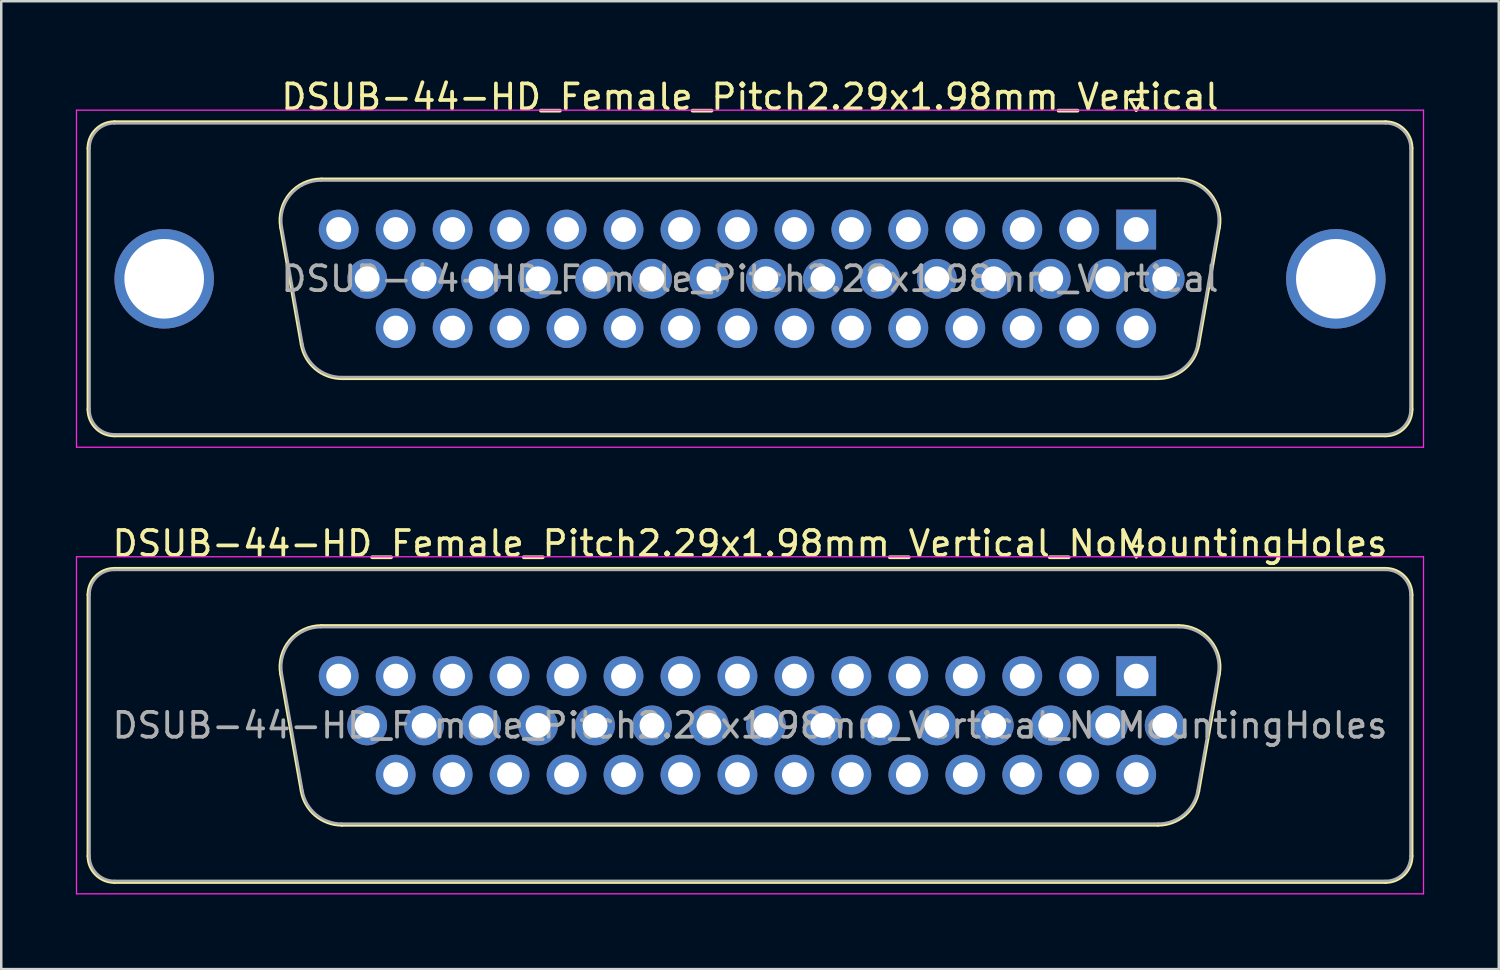
<source format=kicad_pcb>
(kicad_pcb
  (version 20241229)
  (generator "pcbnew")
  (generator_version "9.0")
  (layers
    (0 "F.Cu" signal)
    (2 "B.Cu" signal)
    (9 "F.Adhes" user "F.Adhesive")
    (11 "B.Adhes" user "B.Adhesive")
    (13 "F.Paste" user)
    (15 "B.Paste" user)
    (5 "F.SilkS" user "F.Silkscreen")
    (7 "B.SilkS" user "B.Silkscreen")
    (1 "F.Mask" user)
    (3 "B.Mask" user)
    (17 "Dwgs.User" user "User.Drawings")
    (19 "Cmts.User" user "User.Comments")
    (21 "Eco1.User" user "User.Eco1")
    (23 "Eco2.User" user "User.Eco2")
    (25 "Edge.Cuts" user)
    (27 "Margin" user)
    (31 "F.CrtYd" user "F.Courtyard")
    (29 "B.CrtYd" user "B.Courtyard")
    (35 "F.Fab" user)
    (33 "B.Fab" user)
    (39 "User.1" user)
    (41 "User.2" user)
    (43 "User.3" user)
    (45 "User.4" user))
  (footprint "DSUB-44-HD_Female_Pitch2.29x1.98mm_Vertical_NoMountingHoles"
    (layer "F.Cu")
    (at 42.625 24.131)
    (property "Reference" "DSUB-44-HD_Female_Pitch2.29x1.98mm_Vertical_NoMountingHoles" (at -15.525 -5.33 0) (layer "F.SilkS") (effects (font (size 1 1) (thickness 0.15))))
    (attr through_hole)
    (fp_line (start -42.135 7.23) (end -42.135 -3.27) (stroke (width 0.12) (type solid)) (layer "F.SilkS"))
    (fp_line (start -41.075 -4.33) (end 10.025 -4.33) (stroke (width 0.12) (type solid)) (layer "F.SilkS"))
    (fp_line (start -34.391 -0.082) (end -33.563 4.618) (stroke (width 0.12) (type solid)) (layer "F.SilkS"))
    (fp_line (start -32.757 -2.03) (end 1.707 -2.03) (stroke (width 0.12) (type solid)) (layer "F.SilkS"))
    (fp_line (start -31.928 5.99) (end 0.878 5.99) (stroke (width 0.12) (type solid)) (layer "F.SilkS"))
    (fp_line (start -0.25 -5.224) (end 0.25 -5.224) (stroke (width 0.12) (type solid)) (layer "F.SilkS"))
    (fp_line (start 0 -4.791) (end -0.25 -5.224) (stroke (width 0.12) (type solid)) (layer "F.SilkS"))
    (fp_line (start 0.25 -5.224) (end 0 -4.791) (stroke (width 0.12) (type solid)) (layer "F.SilkS"))
    (fp_line (start 3.341 -0.082) (end 2.513 4.618) (stroke (width 0.12) (type solid)) (layer "F.SilkS"))
    (fp_line (start 10.025 8.29) (end -41.075 8.29) (stroke (width 0.12) (type solid)) (layer "F.SilkS"))
    (fp_line (start 11.085 -3.27) (end 11.085 7.23) (stroke (width 0.12) (type solid)) (layer "F.SilkS"))
    (fp_arc (start -42.135 -3.27) (mid -41.824533 -4.019533) (end -41.075 -4.33) (stroke (width 0.12) (type solid)) (layer "F.SilkS"))
    (fp_arc (start -41.075 8.29) (mid -41.824533 7.979533) (end -42.135 7.23) (stroke (width 0.12) (type solid)) (layer "F.SilkS"))
    (fp_arc (start -34.39147 -0.081744) (mid -34.028323 -1.437028) (end -32.756689 -2.03) (stroke (width 0.12) (type solid)) (layer "F.SilkS"))
    (fp_arc (start -31.927952 5.99) (mid -32.994979 5.601634) (end -33.562733 4.618256) (stroke (width 0.12) (type solid)) (layer "F.SilkS"))
    (fp_arc (start 1.706689 -2.03) (mid 2.978323 -1.437027) (end 3.34147 -0.081744) (stroke (width 0.12) (type solid)) (layer "F.SilkS"))
    (fp_arc (start 2.512733 4.618256) (mid 1.94498 5.601634) (end 0.877952 5.99) (stroke (width 0.12) (type solid)) (layer "F.SilkS"))
    (fp_arc (start 10.025 -4.33) (mid 10.774533 -4.019533) (end 11.085 -3.27) (stroke (width 0.12) (type solid)) (layer "F.SilkS"))
    (fp_arc (start 11.085 7.23) (mid 10.774533 7.979533) (end 10.025 8.29) (stroke (width 0.12) (type solid)) (layer "F.SilkS"))
    (fp_line (start -42.6 -4.8) (end -42.6 8.75) (stroke (width 0.05) (type solid)) (layer "F.CrtYd"))
    (fp_line (start -42.6 8.75) (end 11.55 8.75) (stroke (width 0.05) (type solid)) (layer "F.CrtYd"))
    (fp_line (start 11.55 -4.8) (end -42.6 -4.8) (stroke (width 0.05) (type solid)) (layer "F.CrtYd"))
    (fp_line (start 11.55 8.75) (end 11.55 -4.8) (stroke (width 0.05) (type solid)) (layer "F.CrtYd"))
    (fp_line (start -42.075 7.23) (end -42.075 -3.27) (stroke (width 0.1) (type solid)) (layer "F.Fab"))
    (fp_line (start -41.075 -4.27) (end 10.025 -4.27) (stroke (width 0.1) (type solid)) (layer "F.Fab"))
    (fp_line (start -34.344 -0.092) (end -33.515 4.608) (stroke (width 0.1) (type solid)) (layer "F.Fab"))
    (fp_line (start -32.768 -1.97) (end 1.718 -1.97) (stroke (width 0.1) (type solid)) (layer "F.Fab"))
    (fp_line (start -31.939 5.93) (end 0.889 5.93) (stroke (width 0.1) (type solid)) (layer "F.Fab"))
    (fp_line (start 3.294 -0.092) (end 2.465 4.608) (stroke (width 0.1) (type solid)) (layer "F.Fab"))
    (fp_line (start 10.025 8.23) (end -41.075 8.23) (stroke (width 0.1) (type solid)) (layer "F.Fab"))
    (fp_line (start 11.025 -3.27) (end 11.025 7.23) (stroke (width 0.1) (type solid)) (layer "F.Fab"))
    (fp_arc (start -42.075 -3.27) (mid -41.782107 -3.977107) (end -41.075 -4.27) (stroke (width 0.1) (type solid)) (layer "F.Fab"))
    (fp_arc (start -41.075 8.23) (mid -41.782107 7.937107) (end -42.075 7.23) (stroke (width 0.1) (type solid)) (layer "F.Fab"))
    (fp_arc (start -34.343886 -0.092163) (mid -33.993865 -1.39846) (end -32.768194 -1.97) (stroke (width 0.1) (type solid)) (layer "F.Fab"))
    (fp_arc (start -31.939457 5.93) (mid -32.967917 5.555671) (end -33.515149 4.607837) (stroke (width 0.1) (type solid)) (layer "F.Fab"))
    (fp_arc (start 1.718194 -1.97) (mid 2.943865 -1.39846) (end 3.293886 -0.092163) (stroke (width 0.1) (type solid)) (layer "F.Fab"))
    (fp_arc (start 2.465149 4.607837) (mid 1.917917 5.555671) (end 0.889457 5.93) (stroke (width 0.1) (type solid)) (layer "F.Fab"))
    (fp_arc (start 10.025 -4.27) (mid 10.732107 -3.977107) (end 11.025 -3.27) (stroke (width 0.1) (type solid)) (layer "F.Fab"))
    (fp_arc (start 11.025 7.23) (mid 10.732107 7.937107) (end 10.025 8.23) (stroke (width 0.1) (type solid)) (layer "F.Fab"))
    (fp_text user "${REFERENCE}" (at -15.525 1.98 0) (layer "F.Fab") (effects (font (size 1 1) (thickness 0.15))))
    (pad "1" thru_hole rect (at 0 0) (size 1.6 1.6) (drill 1) (layers "*.Cu" "*.Mask"))
    (pad "2" thru_hole circle (at -2.29 0) (size 1.6 1.6) (drill 1) (layers "*.Cu" "*.Mask"))
    (pad "3" thru_hole circle (at -4.58 0) (size 1.6 1.6) (drill 1) (layers "*.Cu" "*.Mask"))
    (pad "4" thru_hole circle (at -6.87 0) (size 1.6 1.6) (drill 1) (layers "*.Cu" "*.Mask"))
    (pad "5" thru_hole circle (at -9.16 0) (size 1.6 1.6) (drill 1) (layers "*.Cu" "*.Mask"))
    (pad "6" thru_hole circle (at -11.45 0) (size 1.6 1.6) (drill 1) (layers "*.Cu" "*.Mask"))
    (pad "7" thru_hole circle (at -13.74 0) (size 1.6 1.6) (drill 1) (layers "*.Cu" "*.Mask"))
    (pad "8" thru_hole circle (at -16.03 0) (size 1.6 1.6) (drill 1) (layers "*.Cu" "*.Mask"))
    (pad "9" thru_hole circle (at -18.32 0) (size 1.6 1.6) (drill 1) (layers "*.Cu" "*.Mask"))
    (pad "10" thru_hole circle (at -20.61 0) (size 1.6 1.6) (drill 1) (layers "*.Cu" "*.Mask"))
    (pad "11" thru_hole circle (at -22.9 0) (size 1.6 1.6) (drill 1) (layers "*.Cu" "*.Mask"))
    (pad "12" thru_hole circle (at -25.19 0) (size 1.6 1.6) (drill 1) (layers "*.Cu" "*.Mask"))
    (pad "13" thru_hole circle (at -27.48 0) (size 1.6 1.6) (drill 1) (layers "*.Cu" "*.Mask"))
    (pad "14" thru_hole circle (at -29.77 0) (size 1.6 1.6) (drill 1) (layers "*.Cu" "*.Mask"))
    (pad "15" thru_hole circle (at -32.06 0) (size 1.6 1.6) (drill 1) (layers "*.Cu" "*.Mask"))
    (pad "16" thru_hole circle (at 1.145 1.98) (size 1.6 1.6) (drill 1) (layers "*.Cu" "*.Mask"))
    (pad "17" thru_hole circle (at -1.145 1.98) (size 1.6 1.6) (drill 1) (layers "*.Cu" "*.Mask"))
    (pad "18" thru_hole circle (at -3.435 1.98) (size 1.6 1.6) (drill 1) (layers "*.Cu" "*.Mask"))
    (pad "19" thru_hole circle (at -5.725 1.98) (size 1.6 1.6) (drill 1) (layers "*.Cu" "*.Mask"))
    (pad "20" thru_hole circle (at -8.015 1.98) (size 1.6 1.6) (drill 1) (layers "*.Cu" "*.Mask"))
    (pad "21" thru_hole circle (at -10.305 1.98) (size 1.6 1.6) (drill 1) (layers "*.Cu" "*.Mask"))
    (pad "22" thru_hole circle (at -12.595 1.98) (size 1.6 1.6) (drill 1) (layers "*.Cu" "*.Mask"))
    (pad "23" thru_hole circle (at -14.885 1.98) (size 1.6 1.6) (drill 1) (layers "*.Cu" "*.Mask"))
    (pad "24" thru_hole circle (at -17.175 1.98) (size 1.6 1.6) (drill 1) (layers "*.Cu" "*.Mask"))
    (pad "25" thru_hole circle (at -19.465 1.98) (size 1.6 1.6) (drill 1) (layers "*.Cu" "*.Mask"))
    (pad "26" thru_hole circle (at -21.755 1.98) (size 1.6 1.6) (drill 1) (layers "*.Cu" "*.Mask"))
    (pad "27" thru_hole circle (at -24.045 1.98) (size 1.6 1.6) (drill 1) (layers "*.Cu" "*.Mask"))
    (pad "28" thru_hole circle (at -26.335 1.98) (size 1.6 1.6) (drill 1) (layers "*.Cu" "*.Mask"))
    (pad "29" thru_hole circle (at -28.625 1.98) (size 1.6 1.6) (drill 1) (layers "*.Cu" "*.Mask"))
    (pad "30" thru_hole circle (at -30.915 1.98) (size 1.6 1.6) (drill 1) (layers "*.Cu" "*.Mask"))
    (pad "31" thru_hole circle (at 0 3.96) (size 1.6 1.6) (drill 1) (layers "*.Cu" "*.Mask"))
    (pad "32" thru_hole circle (at -2.29 3.96) (size 1.6 1.6) (drill 1) (layers "*.Cu" "*.Mask"))
    (pad "33" thru_hole circle (at -4.58 3.96) (size 1.6 1.6) (drill 1) (layers "*.Cu" "*.Mask"))
    (pad "34" thru_hole circle (at -6.87 3.96) (size 1.6 1.6) (drill 1) (layers "*.Cu" "*.Mask"))
    (pad "35" thru_hole circle (at -9.16 3.96) (size 1.6 1.6) (drill 1) (layers "*.Cu" "*.Mask"))
    (pad "36" thru_hole circle (at -11.45 3.96) (size 1.6 1.6) (drill 1) (layers "*.Cu" "*.Mask"))
    (pad "37" thru_hole circle (at -13.74 3.96) (size 1.6 1.6) (drill 1) (layers "*.Cu" "*.Mask"))
    (pad "38" thru_hole circle (at -16.03 3.96) (size 1.6 1.6) (drill 1) (layers "*.Cu" "*.Mask"))
    (pad "39" thru_hole circle (at -18.32 3.96) (size 1.6 1.6) (drill 1) (layers "*.Cu" "*.Mask"))
    (pad "40" thru_hole circle (at -20.61 3.96) (size 1.6 1.6) (drill 1) (layers "*.Cu" "*.Mask"))
    (pad "41" thru_hole circle (at -22.9 3.96) (size 1.6 1.6) (drill 1) (layers "*.Cu" "*.Mask"))
    (pad "42" thru_hole circle (at -25.19 3.96) (size 1.6 1.6) (drill 1) (layers "*.Cu" "*.Mask"))
    (pad "43" thru_hole circle (at -27.48 3.96) (size 1.6 1.6) (drill 1) (layers "*.Cu" "*.Mask"))
    (pad "44" thru_hole circle (at -29.77 3.96) (size 1.6 1.6) (drill 1) (layers "*.Cu" "*.Mask")))
  (footprint "DSUB-44-HD_Female_Pitch2.29x1.98mm_Vertical"
    (layer "F.Cu")
    (at 42.625 6.178)
    (property "Reference" "DSUB-44-HD_Female_Pitch2.29x1.98mm_Vertical" (at -15.525 -5.33 0) (layer "F.SilkS") (effects (font (size 1 1) (thickness 0.15))))
    (attr through_hole)
    (fp_line (start -42.135 7.23) (end -42.135 -3.27) (stroke (width 0.12) (type solid)) (layer "F.SilkS"))
    (fp_line (start -41.075 -4.33) (end 10.025 -4.33) (stroke (width 0.12) (type solid)) (layer "F.SilkS"))
    (fp_line (start -34.391 -0.082) (end -33.563 4.618) (stroke (width 0.12) (type solid)) (layer "F.SilkS"))
    (fp_line (start -32.757 -2.03) (end 1.707 -2.03) (stroke (width 0.12) (type solid)) (layer "F.SilkS"))
    (fp_line (start -31.928 5.99) (end 0.878 5.99) (stroke (width 0.12) (type solid)) (layer "F.SilkS"))
    (fp_line (start -0.25 -5.224) (end 0.25 -5.224) (stroke (width 0.12) (type solid)) (layer "F.SilkS"))
    (fp_line (start 0 -4.791) (end -0.25 -5.224) (stroke (width 0.12) (type solid)) (layer "F.SilkS"))
    (fp_line (start 0.25 -5.224) (end 0 -4.791) (stroke (width 0.12) (type solid)) (layer "F.SilkS"))
    (fp_line (start 3.341 -0.082) (end 2.513 4.618) (stroke (width 0.12) (type solid)) (layer "F.SilkS"))
    (fp_line (start 10.025 8.29) (end -41.075 8.29) (stroke (width 0.12) (type solid)) (layer "F.SilkS"))
    (fp_line (start 11.085 -3.27) (end 11.085 7.23) (stroke (width 0.12) (type solid)) (layer "F.SilkS"))
    (fp_arc (start -42.135 -3.27) (mid -41.824533 -4.019533) (end -41.075 -4.33) (stroke (width 0.12) (type solid)) (layer "F.SilkS"))
    (fp_arc (start -41.075 8.29) (mid -41.824533 7.979533) (end -42.135 7.23) (stroke (width 0.12) (type solid)) (layer "F.SilkS"))
    (fp_arc (start -34.39147 -0.081744) (mid -34.028323 -1.437028) (end -32.756689 -2.03) (stroke (width 0.12) (type solid)) (layer "F.SilkS"))
    (fp_arc (start -31.927952 5.99) (mid -32.994979 5.601634) (end -33.562733 4.618256) (stroke (width 0.12) (type solid)) (layer "F.SilkS"))
    (fp_arc (start 1.706689 -2.03) (mid 2.978323 -1.437027) (end 3.34147 -0.081744) (stroke (width 0.12) (type solid)) (layer "F.SilkS"))
    (fp_arc (start 2.512733 4.618256) (mid 1.94498 5.601634) (end 0.877952 5.99) (stroke (width 0.12) (type solid)) (layer "F.SilkS"))
    (fp_arc (start 10.025 -4.33) (mid 10.774533 -4.019533) (end 11.085 -3.27) (stroke (width 0.12) (type solid)) (layer "F.SilkS"))
    (fp_arc (start 11.085 7.23) (mid 10.774533 7.979533) (end 10.025 8.29) (stroke (width 0.12) (type solid)) (layer "F.SilkS"))
    (fp_line (start -42.6 -4.8) (end -42.6 8.75) (stroke (width 0.05) (type solid)) (layer "F.CrtYd"))
    (fp_line (start -42.6 8.75) (end 11.55 8.75) (stroke (width 0.05) (type solid)) (layer "F.CrtYd"))
    (fp_line (start 11.55 -4.8) (end -42.6 -4.8) (stroke (width 0.05) (type solid)) (layer "F.CrtYd"))
    (fp_line (start 11.55 8.75) (end 11.55 -4.8) (stroke (width 0.05) (type solid)) (layer "F.CrtYd"))
    (fp_line (start -42.075 7.23) (end -42.075 -3.27) (stroke (width 0.1) (type solid)) (layer "F.Fab"))
    (fp_line (start -41.075 -4.27) (end 10.025 -4.27) (stroke (width 0.1) (type solid)) (layer "F.Fab"))
    (fp_line (start -34.344 -0.092) (end -33.515 4.608) (stroke (width 0.1) (type solid)) (layer "F.Fab"))
    (fp_line (start -32.768 -1.97) (end 1.718 -1.97) (stroke (width 0.1) (type solid)) (layer "F.Fab"))
    (fp_line (start -31.939 5.93) (end 0.889 5.93) (stroke (width 0.1) (type solid)) (layer "F.Fab"))
    (fp_line (start 3.294 -0.092) (end 2.465 4.608) (stroke (width 0.1) (type solid)) (layer "F.Fab"))
    (fp_line (start 10.025 8.23) (end -41.075 8.23) (stroke (width 0.1) (type solid)) (layer "F.Fab"))
    (fp_line (start 11.025 -3.27) (end 11.025 7.23) (stroke (width 0.1) (type solid)) (layer "F.Fab"))
    (fp_arc (start -42.075 -3.27) (mid -41.782107 -3.977107) (end -41.075 -4.27) (stroke (width 0.1) (type solid)) (layer "F.Fab"))
    (fp_arc (start -41.075 8.23) (mid -41.782107 7.937107) (end -42.075 7.23) (stroke (width 0.1) (type solid)) (layer "F.Fab"))
    (fp_arc (start -34.343886 -0.092163) (mid -33.993865 -1.39846) (end -32.768194 -1.97) (stroke (width 0.1) (type solid)) (layer "F.Fab"))
    (fp_arc (start -31.939457 5.93) (mid -32.967917 5.555671) (end -33.515149 4.607837) (stroke (width 0.1) (type solid)) (layer "F.Fab"))
    (fp_arc (start 1.718194 -1.97) (mid 2.943865 -1.39846) (end 3.293886 -0.092163) (stroke (width 0.1) (type solid)) (layer "F.Fab"))
    (fp_arc (start 2.465149 4.607837) (mid 1.917917 5.555671) (end 0.889457 5.93) (stroke (width 0.1) (type solid)) (layer "F.Fab"))
    (fp_arc (start 10.025 -4.27) (mid 10.732107 -3.977107) (end 11.025 -3.27) (stroke (width 0.1) (type solid)) (layer "F.Fab"))
    (fp_arc (start 11.025 7.23) (mid 10.732107 7.937107) (end 10.025 8.23) (stroke (width 0.1) (type solid)) (layer "F.Fab"))
    (fp_text user "${REFERENCE}" (at -15.525 1.98 0) (layer "F.Fab") (effects (font (size 1 1) (thickness 0.15))))
    (pad "0" thru_hole circle (at -39.075 1.98) (size 4 4) (drill 3.2) (layers "*.Cu" "*.Mask"))
    (pad "0" thru_hole circle (at 8.025 1.98) (size 4 4) (drill 3.2) (layers "*.Cu" "*.Mask"))
    (pad "1" thru_hole rect (at 0 0) (size 1.6 1.6) (drill 1) (layers "*.Cu" "*.Mask"))
    (pad "2" thru_hole circle (at -2.29 0) (size 1.6 1.6) (drill 1) (layers "*.Cu" "*.Mask"))
    (pad "3" thru_hole circle (at -4.58 0) (size 1.6 1.6) (drill 1) (layers "*.Cu" "*.Mask"))
    (pad "4" thru_hole circle (at -6.87 0) (size 1.6 1.6) (drill 1) (layers "*.Cu" "*.Mask"))
    (pad "5" thru_hole circle (at -9.16 0) (size 1.6 1.6) (drill 1) (layers "*.Cu" "*.Mask"))
    (pad "6" thru_hole circle (at -11.45 0) (size 1.6 1.6) (drill 1) (layers "*.Cu" "*.Mask"))
    (pad "7" thru_hole circle (at -13.74 0) (size 1.6 1.6) (drill 1) (layers "*.Cu" "*.Mask"))
    (pad "8" thru_hole circle (at -16.03 0) (size 1.6 1.6) (drill 1) (layers "*.Cu" "*.Mask"))
    (pad "9" thru_hole circle (at -18.32 0) (size 1.6 1.6) (drill 1) (layers "*.Cu" "*.Mask"))
    (pad "10" thru_hole circle (at -20.61 0) (size 1.6 1.6) (drill 1) (layers "*.Cu" "*.Mask"))
    (pad "11" thru_hole circle (at -22.9 0) (size 1.6 1.6) (drill 1) (layers "*.Cu" "*.Mask"))
    (pad "12" thru_hole circle (at -25.19 0) (size 1.6 1.6) (drill 1) (layers "*.Cu" "*.Mask"))
    (pad "13" thru_hole circle (at -27.48 0) (size 1.6 1.6) (drill 1) (layers "*.Cu" "*.Mask"))
    (pad "14" thru_hole circle (at -29.77 0) (size 1.6 1.6) (drill 1) (layers "*.Cu" "*.Mask"))
    (pad "15" thru_hole circle (at -32.06 0) (size 1.6 1.6) (drill 1) (layers "*.Cu" "*.Mask"))
    (pad "16" thru_hole circle (at 1.145 1.98) (size 1.6 1.6) (drill 1) (layers "*.Cu" "*.Mask"))
    (pad "17" thru_hole circle (at -1.145 1.98) (size 1.6 1.6) (drill 1) (layers "*.Cu" "*.Mask"))
    (pad "18" thru_hole circle (at -3.435 1.98) (size 1.6 1.6) (drill 1) (layers "*.Cu" "*.Mask"))
    (pad "19" thru_hole circle (at -5.725 1.98) (size 1.6 1.6) (drill 1) (layers "*.Cu" "*.Mask"))
    (pad "20" thru_hole circle (at -8.015 1.98) (size 1.6 1.6) (drill 1) (layers "*.Cu" "*.Mask"))
    (pad "21" thru_hole circle (at -10.305 1.98) (size 1.6 1.6) (drill 1) (layers "*.Cu" "*.Mask"))
    (pad "22" thru_hole circle (at -12.595 1.98) (size 1.6 1.6) (drill 1) (layers "*.Cu" "*.Mask"))
    (pad "23" thru_hole circle (at -14.885 1.98) (size 1.6 1.6) (drill 1) (layers "*.Cu" "*.Mask"))
    (pad "24" thru_hole circle (at -17.175 1.98) (size 1.6 1.6) (drill 1) (layers "*.Cu" "*.Mask"))
    (pad "25" thru_hole circle (at -19.465 1.98) (size 1.6 1.6) (drill 1) (layers "*.Cu" "*.Mask"))
    (pad "26" thru_hole circle (at -21.755 1.98) (size 1.6 1.6) (drill 1) (layers "*.Cu" "*.Mask"))
    (pad "27" thru_hole circle (at -24.045 1.98) (size 1.6 1.6) (drill 1) (layers "*.Cu" "*.Mask"))
    (pad "28" thru_hole circle (at -26.335 1.98) (size 1.6 1.6) (drill 1) (layers "*.Cu" "*.Mask"))
    (pad "29" thru_hole circle (at -28.625 1.98) (size 1.6 1.6) (drill 1) (layers "*.Cu" "*.Mask"))
    (pad "30" thru_hole circle (at -30.915 1.98) (size 1.6 1.6) (drill 1) (layers "*.Cu" "*.Mask"))
    (pad "31" thru_hole circle (at 0 3.96) (size 1.6 1.6) (drill 1) (layers "*.Cu" "*.Mask"))
    (pad "32" thru_hole circle (at -2.29 3.96) (size 1.6 1.6) (drill 1) (layers "*.Cu" "*.Mask"))
    (pad "33" thru_hole circle (at -4.58 3.96) (size 1.6 1.6) (drill 1) (layers "*.Cu" "*.Mask"))
    (pad "34" thru_hole circle (at -6.87 3.96) (size 1.6 1.6) (drill 1) (layers "*.Cu" "*.Mask"))
    (pad "35" thru_hole circle (at -9.16 3.96) (size 1.6 1.6) (drill 1) (layers "*.Cu" "*.Mask"))
    (pad "36" thru_hole circle (at -11.45 3.96) (size 1.6 1.6) (drill 1) (layers "*.Cu" "*.Mask"))
    (pad "37" thru_hole circle (at -13.74 3.96) (size 1.6 1.6) (drill 1) (layers "*.Cu" "*.Mask"))
    (pad "38" thru_hole circle (at -16.03 3.96) (size 1.6 1.6) (drill 1) (layers "*.Cu" "*.Mask"))
    (pad "39" thru_hole circle (at -18.32 3.96) (size 1.6 1.6) (drill 1) (layers "*.Cu" "*.Mask"))
    (pad "40" thru_hole circle (at -20.61 3.96) (size 1.6 1.6) (drill 1) (layers "*.Cu" "*.Mask"))
    (pad "41" thru_hole circle (at -22.9 3.96) (size 1.6 1.6) (drill 1) (layers "*.Cu" "*.Mask"))
    (pad "42" thru_hole circle (at -25.19 3.96) (size 1.6 1.6) (drill 1) (layers "*.Cu" "*.Mask"))
    (pad "43" thru_hole circle (at -27.48 3.96) (size 1.6 1.6) (drill 1) (layers "*.Cu" "*.Mask"))
    (pad "44" thru_hole circle (at -29.77 3.96) (size 1.6 1.6) (drill 1) (layers "*.Cu" "*.Mask")))
  (gr_rect
    (start -3 -3)
    (end 57.2 35.907)
    (stroke (width 0.1) (type default))
    (fill no)
    (layer "Edge.Cuts")))
</source>
